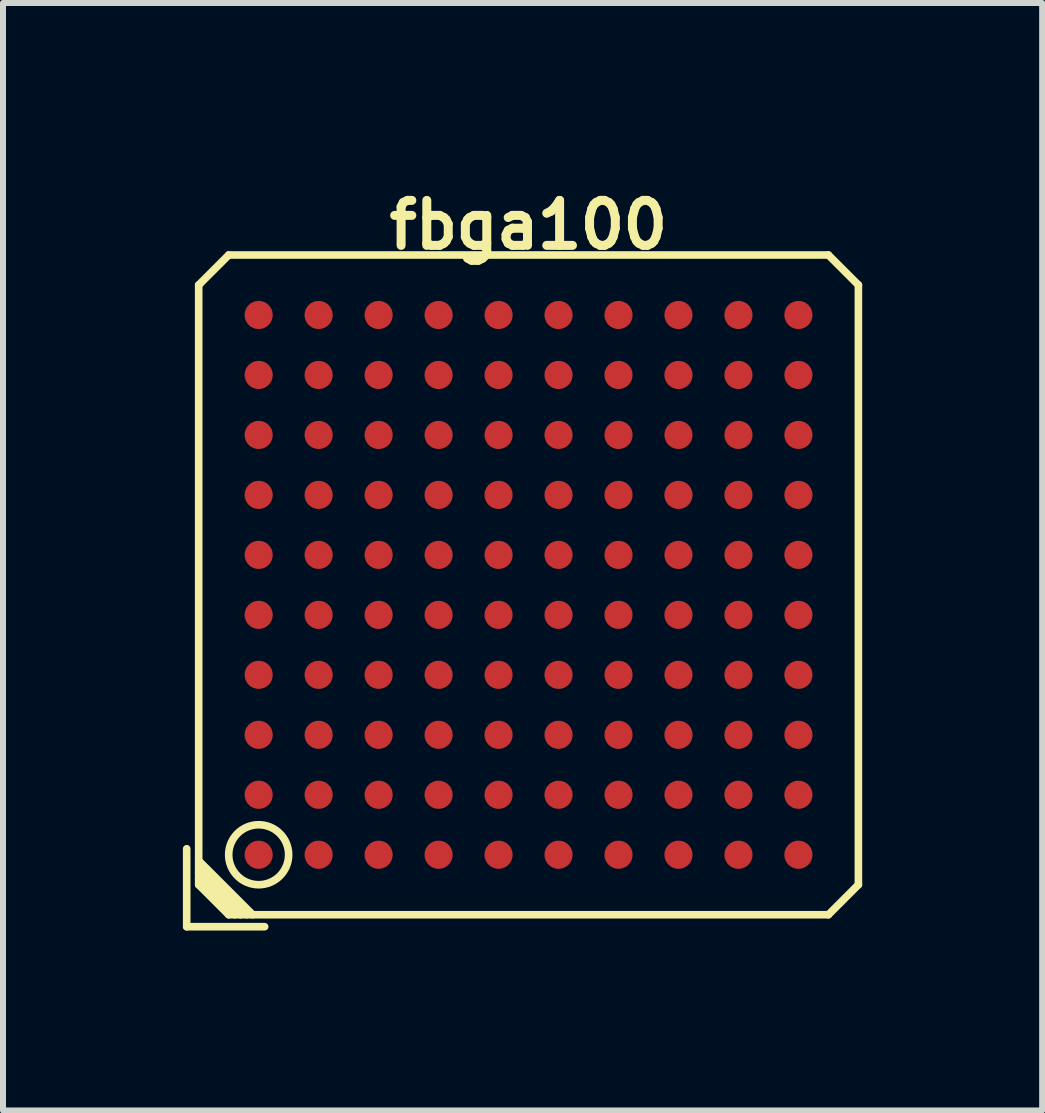
<source format=kicad_pcb>
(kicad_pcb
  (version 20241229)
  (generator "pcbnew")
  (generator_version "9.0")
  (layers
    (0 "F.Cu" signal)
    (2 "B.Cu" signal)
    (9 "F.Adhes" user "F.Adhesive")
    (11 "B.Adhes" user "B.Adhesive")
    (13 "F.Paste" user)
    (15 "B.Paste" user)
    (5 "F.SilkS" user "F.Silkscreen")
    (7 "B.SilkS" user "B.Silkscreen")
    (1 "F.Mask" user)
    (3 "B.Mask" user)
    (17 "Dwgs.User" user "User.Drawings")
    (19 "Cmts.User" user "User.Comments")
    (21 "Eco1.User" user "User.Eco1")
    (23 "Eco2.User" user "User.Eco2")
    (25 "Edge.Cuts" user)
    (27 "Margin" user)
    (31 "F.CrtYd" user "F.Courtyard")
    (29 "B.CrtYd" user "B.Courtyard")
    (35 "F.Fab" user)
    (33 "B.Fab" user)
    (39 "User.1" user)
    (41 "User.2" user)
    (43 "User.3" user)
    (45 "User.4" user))
  (footprint "fbga100"
    (layer "F.Cu")
    (at 5.763 6.702)
    (property "Reference" "fbga100" (at 0 -6 0) (layer "F.SilkS") (effects (font (size 0.75 0.75) (thickness 0.15))))
    (attr through_hole)
    (fp_line (start -5.7 4.4) (end -5.7 5.7) (stroke (width 0.127) (type solid)) (layer "F.SilkS"))
    (fp_line (start -5.7 5.7) (end -4.4 5.7) (stroke (width 0.127) (type solid)) (layer "F.SilkS"))
    (fp_line (start -5.5 -5) (end -5 -5.5) (stroke (width 0.127) (type solid)) (layer "F.SilkS"))
    (fp_line (start -5.5 4.7) (end -4.7 5.5) (stroke (width 0.127) (type solid)) (layer "F.SilkS"))
    (fp_line (start -5.5 4.8) (end -4.8 5.5) (stroke (width 0.127) (type solid)) (layer "F.SilkS"))
    (fp_line (start -5.5 5) (end -5.5 -5) (stroke (width 0.127) (type solid)) (layer "F.SilkS"))
    (fp_line (start -5 -5.5) (end 5 -5.5) (stroke (width 0.127) (type solid)) (layer "F.SilkS"))
    (fp_line (start -5 5.5) (end -5.5 5) (stroke (width 0.127) (type solid)) (layer "F.SilkS"))
    (fp_line (start -4.9 5.5) (end -5.5 4.9) (stroke (width 0.127) (type solid)) (layer "F.SilkS"))
    (fp_line (start -4.6 5.5) (end -5.5 4.6) (stroke (width 0.127) (type solid)) (layer "F.SilkS"))
    (fp_line (start 5 -5.5) (end 5.5 -5) (stroke (width 0.127) (type solid)) (layer "F.SilkS"))
    (fp_line (start 5 5.5) (end -5 5.5) (stroke (width 0.127) (type solid)) (layer "F.SilkS"))
    (fp_line (start 5.5 -5) (end 5.5 5) (stroke (width 0.127) (type solid)) (layer "F.SilkS"))
    (fp_line (start 5.5 5) (end 5 5.5) (stroke (width 0.127) (type solid)) (layer "F.SilkS"))
    (fp_circle (center -4.5 4.5) (end -4.9 4.8) (stroke (width 0.127) (type solid)) (fill no) (layer "F.SilkS"))
    (pad "A1" smd circle (at -4.5 4.5) (size 0.47 0.47) (layers "F.Cu" "F.Mask" "F.Paste"))
    (pad "A2" smd circle (at -3.5 4.5) (size 0.47 0.47) (layers "F.Cu" "F.Mask" "F.Paste"))
    (pad "A3" smd circle (at -2.5 4.5) (size 0.47 0.47) (layers "F.Cu" "F.Mask" "F.Paste"))
    (pad "A4" smd circle (at -1.5 4.5) (size 0.47 0.47) (layers "F.Cu" "F.Mask" "F.Paste"))
    (pad "A5" smd circle (at -0.5 4.5) (size 0.47 0.47) (layers "F.Cu" "F.Mask" "F.Paste"))
    (pad "A6" smd circle (at 0.5 4.5) (size 0.47 0.47) (layers "F.Cu" "F.Mask" "F.Paste"))
    (pad "A7" smd circle (at 1.5 4.5) (size 0.47 0.47) (layers "F.Cu" "F.Mask" "F.Paste"))
    (pad "A8" smd circle (at 2.5 4.5) (size 0.47 0.47) (layers "F.Cu" "F.Mask" "F.Paste"))
    (pad "A9" smd circle (at 3.5 4.5) (size 0.47 0.47) (layers "F.Cu" "F.Mask" "F.Paste"))
    (pad "A10" smd circle (at 4.5 4.5) (size 0.47 0.47) (layers "F.Cu" "F.Mask" "F.Paste"))
    (pad "B1" smd circle (at -4.5 3.5) (size 0.47 0.47) (layers "F.Cu" "F.Mask" "F.Paste"))
    (pad "B2" smd circle (at -3.5 3.5) (size 0.47 0.47) (layers "F.Cu" "F.Mask" "F.Paste"))
    (pad "B3" smd circle (at -2.5 3.5) (size 0.47 0.47) (layers "F.Cu" "F.Mask" "F.Paste"))
    (pad "B4" smd circle (at -1.5 3.5) (size 0.47 0.47) (layers "F.Cu" "F.Mask" "F.Paste"))
    (pad "B5" smd circle (at -0.5 3.5) (size 0.47 0.47) (layers "F.Cu" "F.Mask" "F.Paste"))
    (pad "B6" smd circle (at 0.5 3.5) (size 0.47 0.47) (layers "F.Cu" "F.Mask" "F.Paste"))
    (pad "B7" smd circle (at 1.5 3.5) (size 0.47 0.47) (layers "F.Cu" "F.Mask" "F.Paste"))
    (pad "B8" smd circle (at 2.5 3.5) (size 0.47 0.47) (layers "F.Cu" "F.Mask" "F.Paste"))
    (pad "B9" smd circle (at 3.5 3.5) (size 0.47 0.47) (layers "F.Cu" "F.Mask" "F.Paste"))
    (pad "B10" smd circle (at 4.5 3.5) (size 0.47 0.47) (layers "F.Cu" "F.Mask" "F.Paste"))
    (pad "C1" smd circle (at -4.5 2.5) (size 0.47 0.47) (layers "F.Cu" "F.Mask" "F.Paste"))
    (pad "C2" smd circle (at -3.5 2.5) (size 0.47 0.47) (layers "F.Cu" "F.Mask" "F.Paste"))
    (pad "C3" smd circle (at -2.5 2.5) (size 0.47 0.47) (layers "F.Cu" "F.Mask" "F.Paste"))
    (pad "C4" smd circle (at -1.5 2.5) (size 0.47 0.47) (layers "F.Cu" "F.Mask" "F.Paste"))
    (pad "C5" smd circle (at -0.5 2.5) (size 0.47 0.47) (layers "F.Cu" "F.Mask" "F.Paste"))
    (pad "C6" smd circle (at 0.5 2.5) (size 0.47 0.47) (layers "F.Cu" "F.Mask" "F.Paste"))
    (pad "C7" smd circle (at 1.5 2.5) (size 0.47 0.47) (layers "F.Cu" "F.Mask" "F.Paste"))
    (pad "C8" smd circle (at 2.5 2.5) (size 0.47 0.47) (layers "F.Cu" "F.Mask" "F.Paste"))
    (pad "C9" smd circle (at 3.5 2.5) (size 0.47 0.47) (layers "F.Cu" "F.Mask" "F.Paste"))
    (pad "C10" smd circle (at 4.5 2.5) (size 0.47 0.47) (layers "F.Cu" "F.Mask" "F.Paste"))
    (pad "D1" smd circle (at -4.5 1.5) (size 0.47 0.47) (layers "F.Cu" "F.Mask" "F.Paste"))
    (pad "D2" smd circle (at -3.5 1.5) (size 0.47 0.47) (layers "F.Cu" "F.Mask" "F.Paste"))
    (pad "D3" smd circle (at -2.5 1.5) (size 0.47 0.47) (layers "F.Cu" "F.Mask" "F.Paste"))
    (pad "D4" smd circle (at -1.5 1.5) (size 0.47 0.47) (layers "F.Cu" "F.Mask" "F.Paste"))
    (pad "D5" smd circle (at -0.5 1.5) (size 0.47 0.47) (layers "F.Cu" "F.Mask" "F.Paste"))
    (pad "D6" smd circle (at 0.5 1.5) (size 0.47 0.47) (layers "F.Cu" "F.Mask" "F.Paste"))
    (pad "D7" smd circle (at 1.5 1.5) (size 0.47 0.47) (layers "F.Cu" "F.Mask" "F.Paste"))
    (pad "D8" smd circle (at 2.5 1.5) (size 0.47 0.47) (layers "F.Cu" "F.Mask" "F.Paste"))
    (pad "D9" smd circle (at 3.5 1.5) (size 0.47 0.47) (layers "F.Cu" "F.Mask" "F.Paste"))
    (pad "D10" smd circle (at 4.5 1.5) (size 0.47 0.47) (layers "F.Cu" "F.Mask" "F.Paste"))
    (pad "E1" smd circle (at -4.5 0.5) (size 0.47 0.47) (layers "F.Cu" "F.Mask" "F.Paste"))
    (pad "E2" smd circle (at -3.5 0.5) (size 0.47 0.47) (layers "F.Cu" "F.Mask" "F.Paste"))
    (pad "E3" smd circle (at -2.5 0.5) (size 0.47 0.47) (layers "F.Cu" "F.Mask" "F.Paste"))
    (pad "E4" smd circle (at -1.5 0.5) (size 0.47 0.47) (layers "F.Cu" "F.Mask" "F.Paste"))
    (pad "E5" smd circle (at -0.5 0.5) (size 0.47 0.47) (layers "F.Cu" "F.Mask" "F.Paste"))
    (pad "E6" smd circle (at 0.5 0.5) (size 0.47 0.47) (layers "F.Cu" "F.Mask" "F.Paste"))
    (pad "E7" smd circle (at 1.5 0.5) (size 0.47 0.47) (layers "F.Cu" "F.Mask" "F.Paste"))
    (pad "E8" smd circle (at 2.5 0.5) (size 0.47 0.47) (layers "F.Cu" "F.Mask" "F.Paste"))
    (pad "E9" smd circle (at 3.5 0.5) (size 0.47 0.47) (layers "F.Cu" "F.Mask" "F.Paste"))
    (pad "E10" smd circle (at 4.5 0.5) (size 0.47 0.47) (layers "F.Cu" "F.Mask" "F.Paste"))
    (pad "F1" smd circle (at -4.5 -0.5) (size 0.47 0.47) (layers "F.Cu" "F.Mask" "F.Paste"))
    (pad "F2" smd circle (at -3.5 -0.5) (size 0.47 0.47) (layers "F.Cu" "F.Mask" "F.Paste"))
    (pad "F3" smd circle (at -2.5 -0.5) (size 0.47 0.47) (layers "F.Cu" "F.Mask" "F.Paste"))
    (pad "F4" smd circle (at -1.5 -0.5) (size 0.47 0.47) (layers "F.Cu" "F.Mask" "F.Paste"))
    (pad "F5" smd circle (at -0.5 -0.5) (size 0.47 0.47) (layers "F.Cu" "F.Mask" "F.Paste"))
    (pad "F6" smd circle (at 0.5 -0.5) (size 0.47 0.47) (layers "F.Cu" "F.Mask" "F.Paste"))
    (pad "F7" smd circle (at 1.5 -0.5) (size 0.47 0.47) (layers "F.Cu" "F.Mask" "F.Paste"))
    (pad "F8" smd circle (at 2.5 -0.5) (size 0.47 0.47) (layers "F.Cu" "F.Mask" "F.Paste"))
    (pad "F9" smd circle (at 3.5 -0.5) (size 0.47 0.47) (layers "F.Cu" "F.Mask" "F.Paste"))
    (pad "F10" smd circle (at 4.5 -0.5) (size 0.47 0.47) (layers "F.Cu" "F.Mask" "F.Paste"))
    (pad "G1" smd circle (at -4.5 -1.5) (size 0.47 0.47) (layers "F.Cu" "F.Mask" "F.Paste"))
    (pad "G2" smd circle (at -3.5 -1.5) (size 0.47 0.47) (layers "F.Cu" "F.Mask" "F.Paste"))
    (pad "G3" smd circle (at -2.5 -1.5) (size 0.47 0.47) (layers "F.Cu" "F.Mask" "F.Paste"))
    (pad "G4" smd circle (at -1.5 -1.5) (size 0.47 0.47) (layers "F.Cu" "F.Mask" "F.Paste"))
    (pad "G5" smd circle (at -0.5 -1.5) (size 0.47 0.47) (layers "F.Cu" "F.Mask" "F.Paste"))
    (pad "G6" smd circle (at 0.5 -1.5) (size 0.47 0.47) (layers "F.Cu" "F.Mask" "F.Paste"))
    (pad "G7" smd circle (at 1.5 -1.5) (size 0.47 0.47) (layers "F.Cu" "F.Mask" "F.Paste"))
    (pad "G8" smd circle (at 2.5 -1.5) (size 0.47 0.47) (layers "F.Cu" "F.Mask" "F.Paste"))
    (pad "G9" smd circle (at 3.5 -1.5) (size 0.47 0.47) (layers "F.Cu" "F.Mask" "F.Paste"))
    (pad "G10" smd circle (at 4.5 -1.5) (size 0.47 0.47) (layers "F.Cu" "F.Mask" "F.Paste"))
    (pad "H1" smd circle (at -4.5 -2.5) (size 0.47 0.47) (layers "F.Cu" "F.Mask" "F.Paste"))
    (pad "H2" smd circle (at -3.5 -2.5) (size 0.47 0.47) (layers "F.Cu" "F.Mask" "F.Paste"))
    (pad "H3" smd circle (at -2.5 -2.5) (size 0.47 0.47) (layers "F.Cu" "F.Mask" "F.Paste"))
    (pad "H4" smd circle (at -1.5 -2.5) (size 0.47 0.47) (layers "F.Cu" "F.Mask" "F.Paste"))
    (pad "H5" smd circle (at -0.5 -2.5) (size 0.47 0.47) (layers "F.Cu" "F.Mask" "F.Paste"))
    (pad "H6" smd circle (at 0.5 -2.5) (size 0.47 0.47) (layers "F.Cu" "F.Mask" "F.Paste"))
    (pad "H7" smd circle (at 1.5 -2.5) (size 0.47 0.47) (layers "F.Cu" "F.Mask" "F.Paste"))
    (pad "H8" smd circle (at 2.5 -2.5) (size 0.47 0.47) (layers "F.Cu" "F.Mask" "F.Paste"))
    (pad "H9" smd circle (at 3.5 -2.5) (size 0.47 0.47) (layers "F.Cu" "F.Mask" "F.Paste"))
    (pad "H10" smd circle (at 4.5 -2.5) (size 0.47 0.47) (layers "F.Cu" "F.Mask" "F.Paste"))
    (pad "J1" smd circle (at -4.5 -3.5) (size 0.47 0.47) (layers "F.Cu" "F.Mask" "F.Paste"))
    (pad "J2" smd circle (at -3.5 -3.5) (size 0.47 0.47) (layers "F.Cu" "F.Mask" "F.Paste"))
    (pad "J3" smd circle (at -2.5 -3.5) (size 0.47 0.47) (layers "F.Cu" "F.Mask" "F.Paste"))
    (pad "J4" smd circle (at -1.5 -3.5) (size 0.47 0.47) (layers "F.Cu" "F.Mask" "F.Paste"))
    (pad "J5" smd circle (at -0.5 -3.5) (size 0.47 0.47) (layers "F.Cu" "F.Mask" "F.Paste"))
    (pad "J6" smd circle (at 0.5 -3.5) (size 0.47 0.47) (layers "F.Cu" "F.Mask" "F.Paste"))
    (pad "J7" smd circle (at 1.5 -3.5) (size 0.47 0.47) (layers "F.Cu" "F.Mask" "F.Paste"))
    (pad "J8" smd circle (at 2.5 -3.5) (size 0.47 0.47) (layers "F.Cu" "F.Mask" "F.Paste"))
    (pad "J9" smd circle (at 3.5 -3.5) (size 0.47 0.47) (layers "F.Cu" "F.Mask" "F.Paste"))
    (pad "J10" smd circle (at 4.5 -3.5) (size 0.47 0.47) (layers "F.Cu" "F.Mask" "F.Paste"))
    (pad "K1" smd circle (at -4.5 -4.5) (size 0.47 0.47) (layers "F.Cu" "F.Mask" "F.Paste"))
    (pad "K2" smd circle (at -3.5 -4.5) (size 0.47 0.47) (layers "F.Cu" "F.Mask" "F.Paste"))
    (pad "K3" smd circle (at -2.5 -4.5) (size 0.47 0.47) (layers "F.Cu" "F.Mask" "F.Paste"))
    (pad "K4" smd circle (at -1.5 -4.5) (size 0.47 0.47) (layers "F.Cu" "F.Mask" "F.Paste"))
    (pad "K5" smd circle (at -0.5 -4.5) (size 0.47 0.47) (layers "F.Cu" "F.Mask" "F.Paste"))
    (pad "K6" smd circle (at 0.5 -4.5) (size 0.47 0.47) (layers "F.Cu" "F.Mask" "F.Paste"))
    (pad "K7" smd circle (at 1.5 -4.5) (size 0.47 0.47) (layers "F.Cu" "F.Mask" "F.Paste"))
    (pad "K8" smd circle (at 2.5 -4.5) (size 0.47 0.47) (layers "F.Cu" "F.Mask" "F.Paste"))
    (pad "K9" smd circle (at 3.5 -4.5) (size 0.47 0.47) (layers "F.Cu" "F.Mask" "F.Paste"))
    (pad "K10" smd circle (at 4.5 -4.5) (size 0.47 0.47) (layers "F.Cu" "F.Mask" "F.Paste")))
  (gr_rect
    (start -3 -3)
    (end 14.327 15.466)
    (stroke (width 0.1) (type default))
    (fill no)
    (layer "Edge.Cuts")))
</source>
